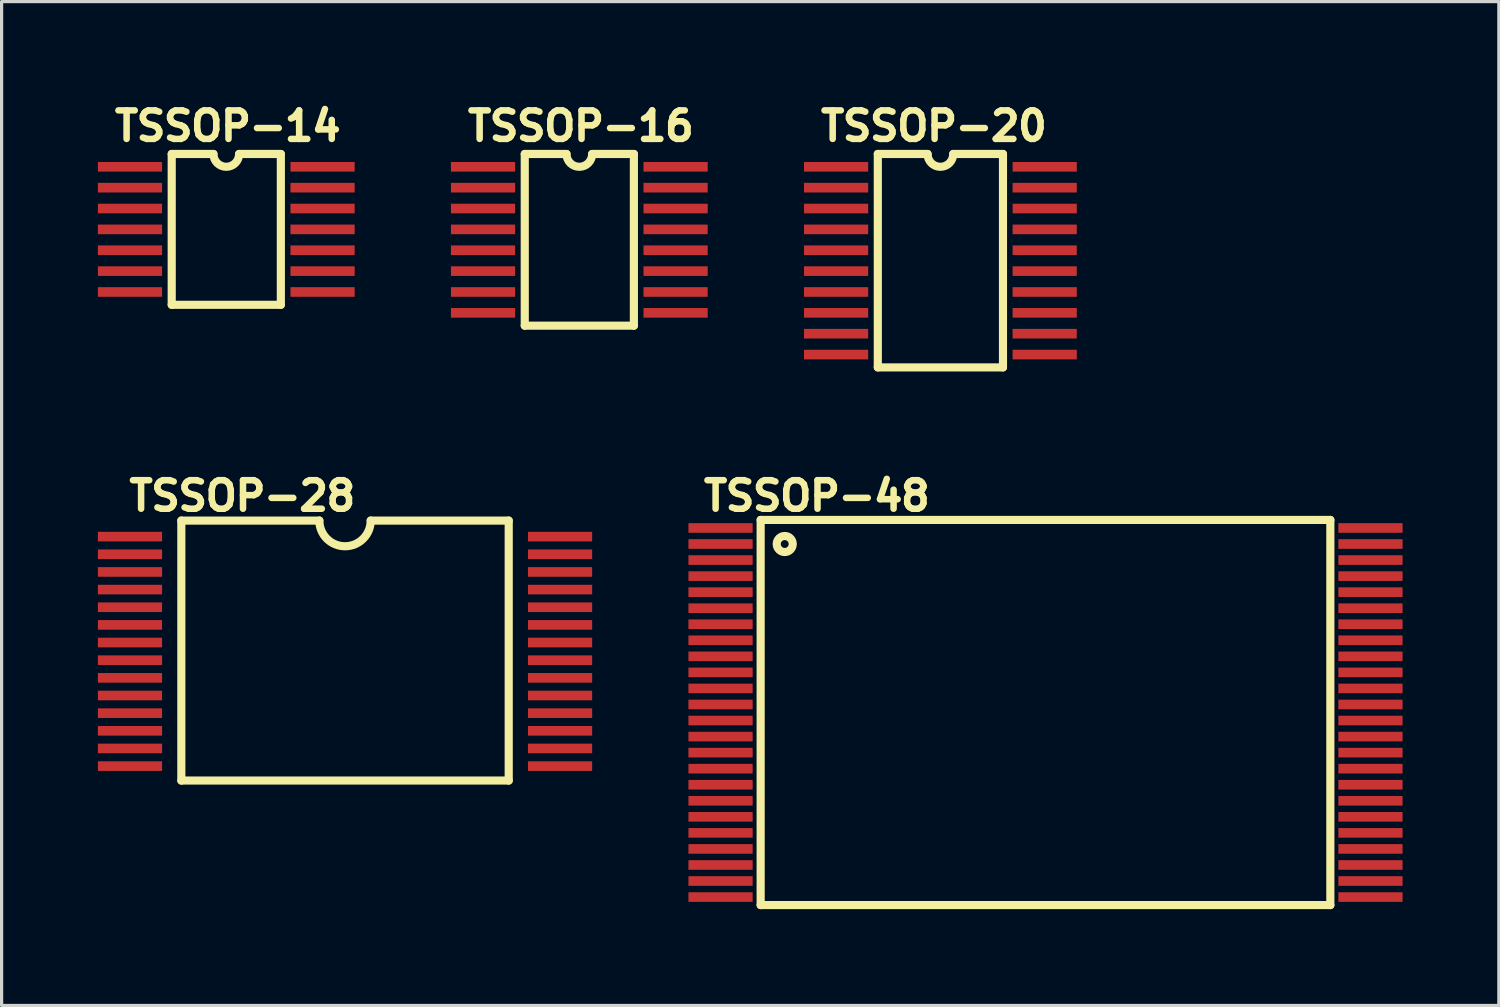
<source format=kicad_pcb>
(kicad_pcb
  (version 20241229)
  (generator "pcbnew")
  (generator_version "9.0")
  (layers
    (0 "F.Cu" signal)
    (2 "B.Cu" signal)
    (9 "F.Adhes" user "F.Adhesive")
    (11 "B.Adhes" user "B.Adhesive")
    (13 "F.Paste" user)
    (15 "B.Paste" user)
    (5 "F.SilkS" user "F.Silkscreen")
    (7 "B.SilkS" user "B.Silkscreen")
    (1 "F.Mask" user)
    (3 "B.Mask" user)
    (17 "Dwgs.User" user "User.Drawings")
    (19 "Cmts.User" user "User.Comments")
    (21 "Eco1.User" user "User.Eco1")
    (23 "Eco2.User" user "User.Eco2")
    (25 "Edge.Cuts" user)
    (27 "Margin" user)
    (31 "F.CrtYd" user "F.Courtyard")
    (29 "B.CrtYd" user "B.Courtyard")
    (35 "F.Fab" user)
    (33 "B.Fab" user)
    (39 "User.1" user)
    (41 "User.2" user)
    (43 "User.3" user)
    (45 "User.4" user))
  (footprint "TSSOP-28"
    (layer "F.Cu")
    (at 1 13.67)
    (property "Reference" "TSSOP-28" (at 3.5 -1.27 0) (layer "F.SilkS") (effects (font (size 0.889 0.889) (thickness 0.203))))
    (attr through_hole)
    (fp_line (start 1.6 -0.5) (end 1.6 7.6) (stroke (width 0.254) (type solid)) (layer "F.SilkS"))
    (fp_line (start 1.6 -0.5) (end 5.9 -0.5) (stroke (width 0.254) (type solid)) (layer "F.SilkS"))
    (fp_line (start 1.6 7.6) (end 11.8 7.6) (stroke (width 0.254) (type solid)) (layer "F.SilkS"))
    (fp_line (start 11.8 -0.5) (end 7.5 -0.5) (stroke (width 0.254) (type solid)) (layer "F.SilkS"))
    (fp_line (start 11.8 7.6) (end 11.8 -0.5) (stroke (width 0.254) (type solid)) (layer "F.SilkS"))
    (fp_arc (start 7.5 -0.5) (mid 6.7 0.3) (end 5.9 -0.5) (stroke (width 0.254) (type solid)) (layer "F.SilkS"))
    (pad "1" smd rect (at 0 0) (size 2 0.3) (layers "F.Cu" "F.Mask" "F.Paste"))
    (pad "2" smd rect (at 0 0.55) (size 2 0.3) (layers "F.Cu" "F.Mask" "F.Paste"))
    (pad "3" smd rect (at 0 1.1) (size 2 0.3) (layers "F.Cu" "F.Mask" "F.Paste"))
    (pad "4" smd rect (at 0 1.65) (size 2 0.3) (layers "F.Cu" "F.Mask" "F.Paste"))
    (pad "5" smd rect (at 0 2.2) (size 2 0.3) (layers "F.Cu" "F.Mask" "F.Paste"))
    (pad "6" smd rect (at 0 2.75) (size 2 0.3) (layers "F.Cu" "F.Mask" "F.Paste"))
    (pad "7" smd rect (at 0 3.3) (size 2 0.3) (layers "F.Cu" "F.Mask" "F.Paste"))
    (pad "8" smd rect (at 0 3.85) (size 2 0.3) (layers "F.Cu" "F.Mask" "F.Paste"))
    (pad "9" smd rect (at 0 4.4) (size 2 0.3) (layers "F.Cu" "F.Mask" "F.Paste"))
    (pad "10" smd rect (at 0 4.95) (size 2 0.3) (layers "F.Cu" "F.Mask" "F.Paste"))
    (pad "11" smd rect (at 0 5.5) (size 2 0.3) (layers "F.Cu" "F.Mask" "F.Paste"))
    (pad "12" smd rect (at 0 6.05) (size 2 0.3) (layers "F.Cu" "F.Mask" "F.Paste"))
    (pad "13" smd rect (at 0 6.6) (size 2 0.3) (layers "F.Cu" "F.Mask" "F.Paste"))
    (pad "14" smd rect (at 0 7.15) (size 2 0.3) (layers "F.Cu" "F.Mask" "F.Paste"))
    (pad "15" smd rect (at 13.4 7.15) (size 2 0.3) (layers "F.Cu" "F.Mask" "F.Paste"))
    (pad "16" smd rect (at 13.4 6.6) (size 2 0.3) (layers "F.Cu" "F.Mask" "F.Paste"))
    (pad "17" smd rect (at 13.4 6.05) (size 2 0.3) (layers "F.Cu" "F.Mask" "F.Paste"))
    (pad "18" smd rect (at 13.4 5.5) (size 2 0.3) (layers "F.Cu" "F.Mask" "F.Paste"))
    (pad "19" smd rect (at 13.4 4.95) (size 2 0.3) (layers "F.Cu" "F.Mask" "F.Paste"))
    (pad "20" smd rect (at 13.4 4.4) (size 2 0.3) (layers "F.Cu" "F.Mask" "F.Paste"))
    (pad "21" smd rect (at 13.4 3.85) (size 2 0.3) (layers "F.Cu" "F.Mask" "F.Paste"))
    (pad "22" smd rect (at 13.4 3.3) (size 2 0.3) (layers "F.Cu" "F.Mask" "F.Paste"))
    (pad "23" smd rect (at 13.4 2.75) (size 2 0.3) (layers "F.Cu" "F.Mask" "F.Paste"))
    (pad "24" smd rect (at 13.4 2.2) (size 2 0.3) (layers "F.Cu" "F.Mask" "F.Paste"))
    (pad "25" smd rect (at 13.4 1.65) (size 2 0.3) (layers "F.Cu" "F.Mask" "F.Paste"))
    (pad "26" smd rect (at 13.4 1.1) (size 2 0.3) (layers "F.Cu" "F.Mask" "F.Paste"))
    (pad "27" smd rect (at 13.4 0.55) (size 2 0.3) (layers "F.Cu" "F.Mask" "F.Paste"))
    (pad "28" smd rect (at 13.4 0) (size 2 0.3) (layers "F.Cu" "F.Mask" "F.Paste")))
  (footprint "TSSOP-48"
    (layer "F.Cu")
    (at 19.4 13.4)
    (property "Reference" "TSSOP-48" (at 3 -1 0) (layer "F.SilkS") (effects (font (size 0.889 0.889) (thickness 0.203))))
    (attr through_hole)
    (fp_line (start 1.25 -0.25) (end 1.25 11.75) (stroke (width 0.254) (type solid)) (layer "F.SilkS"))
    (fp_line (start 1.25 11.75) (end 19 11.75) (stroke (width 0.254) (type solid)) (layer "F.SilkS"))
    (fp_line (start 19 -0.25) (end 1.25 -0.25) (stroke (width 0.254) (type solid)) (layer "F.SilkS"))
    (fp_line (start 19 11.75) (end 19 -0.25) (stroke (width 0.254) (type solid)) (layer "F.SilkS"))
    (fp_circle (center 2 0.5) (end 2 0.75) (stroke (width 0.254) (type solid)) (fill no) (layer "F.SilkS"))
    (pad "1" smd rect (at 0 0) (size 2 0.3) (layers "F.Cu" "F.Mask" "F.Paste"))
    (pad "2" smd rect (at 0 0.5) (size 2 0.3) (layers "F.Cu" "F.Mask" "F.Paste"))
    (pad "3" smd rect (at 0 1) (size 2 0.3) (layers "F.Cu" "F.Mask" "F.Paste"))
    (pad "4" smd rect (at 0 1.5) (size 2 0.3) (layers "F.Cu" "F.Mask" "F.Paste"))
    (pad "5" smd rect (at 0 2) (size 2 0.3) (layers "F.Cu" "F.Mask" "F.Paste"))
    (pad "6" smd rect (at 0 2.5) (size 2 0.3) (layers "F.Cu" "F.Mask" "F.Paste"))
    (pad "7" smd rect (at 0 3) (size 2 0.3) (layers "F.Cu" "F.Mask" "F.Paste"))
    (pad "8" smd rect (at 0 3.5) (size 2 0.3) (layers "F.Cu" "F.Mask" "F.Paste"))
    (pad "9" smd rect (at 0 4) (size 2 0.3) (layers "F.Cu" "F.Mask" "F.Paste"))
    (pad "10" smd rect (at 0 4.5) (size 2 0.3) (layers "F.Cu" "F.Mask" "F.Paste"))
    (pad "11" smd rect (at 0 5) (size 2 0.3) (layers "F.Cu" "F.Mask" "F.Paste"))
    (pad "12" smd rect (at 0 5.5) (size 2 0.3) (layers "F.Cu" "F.Mask" "F.Paste"))
    (pad "13" smd rect (at 0 6) (size 2 0.3) (layers "F.Cu" "F.Mask" "F.Paste"))
    (pad "14" smd rect (at 0 6.5) (size 2 0.3) (layers "F.Cu" "F.Mask" "F.Paste"))
    (pad "15" smd rect (at 0 7) (size 2 0.3) (layers "F.Cu" "F.Mask" "F.Paste"))
    (pad "16" smd rect (at 0 7.5) (size 2 0.3) (layers "F.Cu" "F.Mask" "F.Paste"))
    (pad "17" smd rect (at 0 8) (size 2 0.3) (layers "F.Cu" "F.Mask" "F.Paste"))
    (pad "18" smd rect (at 0 8.5) (size 2 0.3) (layers "F.Cu" "F.Mask" "F.Paste"))
    (pad "19" smd rect (at 0 9) (size 2 0.3) (layers "F.Cu" "F.Mask" "F.Paste"))
    (pad "20" smd rect (at 0 9.5) (size 2 0.3) (layers "F.Cu" "F.Mask" "F.Paste"))
    (pad "21" smd rect (at 0 10) (size 2 0.3) (layers "F.Cu" "F.Mask" "F.Paste"))
    (pad "22" smd rect (at 0 10.5) (size 2 0.3) (layers "F.Cu" "F.Mask" "F.Paste"))
    (pad "23" smd rect (at 0 11) (size 2 0.3) (layers "F.Cu" "F.Mask" "F.Paste"))
    (pad "24" smd rect (at 0 11.5) (size 2 0.3) (layers "F.Cu" "F.Mask" "F.Paste"))
    (pad "25" smd rect (at 20.25 11.5) (size 2 0.3) (layers "F.Cu" "F.Mask" "F.Paste"))
    (pad "26" smd rect (at 20.25 11) (size 2 0.3) (layers "F.Cu" "F.Mask" "F.Paste"))
    (pad "27" smd rect (at 20.25 10.5) (size 2 0.3) (layers "F.Cu" "F.Mask" "F.Paste"))
    (pad "28" smd rect (at 20.25 10) (size 2 0.3) (layers "F.Cu" "F.Mask" "F.Paste"))
    (pad "29" smd rect (at 20.25 9.5) (size 2 0.3) (layers "F.Cu" "F.Mask" "F.Paste"))
    (pad "30" smd rect (at 20.25 9) (size 2 0.3) (layers "F.Cu" "F.Mask" "F.Paste"))
    (pad "31" smd rect (at 20.25 8.5) (size 2 0.3) (layers "F.Cu" "F.Mask" "F.Paste"))
    (pad "32" smd rect (at 20.25 8) (size 2 0.3) (layers "F.Cu" "F.Mask" "F.Paste"))
    (pad "33" smd rect (at 20.25 7.5) (size 2 0.3) (layers "F.Cu" "F.Mask" "F.Paste"))
    (pad "34" smd rect (at 20.25 7) (size 2 0.3) (layers "F.Cu" "F.Mask" "F.Paste"))
    (pad "35" smd rect (at 20.25 6.5) (size 2 0.3) (layers "F.Cu" "F.Mask" "F.Paste"))
    (pad "36" smd rect (at 20.25 6) (size 2 0.3) (layers "F.Cu" "F.Mask" "F.Paste"))
    (pad "37" smd rect (at 20.25 5.5) (size 2 0.3) (layers "F.Cu" "F.Mask" "F.Paste"))
    (pad "38" smd rect (at 20.25 5) (size 2 0.3) (layers "F.Cu" "F.Mask" "F.Paste"))
    (pad "39" smd rect (at 20.25 4.5) (size 2 0.3) (layers "F.Cu" "F.Mask" "F.Paste"))
    (pad "40" smd rect (at 20.25 4) (size 2 0.3) (layers "F.Cu" "F.Mask" "F.Paste"))
    (pad "41" smd rect (at 20.25 3.5) (size 2 0.3) (layers "F.Cu" "F.Mask" "F.Paste"))
    (pad "42" smd rect (at 20.25 3) (size 2 0.3) (layers "F.Cu" "F.Mask" "F.Paste"))
    (pad "43" smd rect (at 20.25 2.5) (size 2 0.3) (layers "F.Cu" "F.Mask" "F.Paste"))
    (pad "44" smd rect (at 20.25 2) (size 2 0.3) (layers "F.Cu" "F.Mask" "F.Paste"))
    (pad "45" smd rect (at 20.25 1.5) (size 2 0.3) (layers "F.Cu" "F.Mask" "F.Paste"))
    (pad "46" smd rect (at 20.25 1) (size 2 0.3) (layers "F.Cu" "F.Mask" "F.Paste"))
    (pad "47" smd rect (at 20.25 0.5) (size 2 0.3) (layers "F.Cu" "F.Mask" "F.Paste"))
    (pad "48" smd rect (at 20.25 0) (size 2 0.3) (layers "F.Cu" "F.Mask" "F.Paste")))
  (footprint "TSSOP-20"
    (layer "F.Cu")
    (at 23 2.147)
    (property "Reference" "TSSOP-20" (at 3.048 -1.27 0) (layer "F.SilkS") (effects (font (size 0.889 0.889) (thickness 0.203))))
    (attr through_hole)
    (fp_line (start 1.3 -0.4) (end 1.3 6.25) (stroke (width 0.254) (type solid)) (layer "F.SilkS"))
    (fp_line (start 1.3 6.25) (end 5.2 6.25) (stroke (width 0.254) (type solid)) (layer "F.SilkS"))
    (fp_line (start 2.85 -0.4) (end 1.3 -0.4) (stroke (width 0.254) (type solid)) (layer "F.SilkS"))
    (fp_line (start 5.2 -0.4) (end 3.65 -0.4) (stroke (width 0.254) (type solid)) (layer "F.SilkS"))
    (fp_line (start 5.2 6.25) (end 5.2 -0.4) (stroke (width 0.254) (type solid)) (layer "F.SilkS"))
    (fp_arc (start 3.65 -0.4) (mid 3.25 0) (end 2.85 -0.4) (stroke (width 0.254) (type solid)) (layer "F.SilkS"))
    (pad "1" smd rect (at 0 0) (size 2 0.3) (layers "F.Cu" "F.Mask" "F.Paste"))
    (pad "2" smd rect (at 0 0.65) (size 2 0.3) (layers "F.Cu" "F.Mask" "F.Paste"))
    (pad "3" smd rect (at 0 1.3) (size 2 0.3) (layers "F.Cu" "F.Mask" "F.Paste"))
    (pad "4" smd rect (at 0 1.95) (size 2 0.3) (layers "F.Cu" "F.Mask" "F.Paste"))
    (pad "5" smd rect (at 0 2.6) (size 2 0.3) (layers "F.Cu" "F.Mask" "F.Paste"))
    (pad "6" smd rect (at 0 3.25) (size 2 0.3) (layers "F.Cu" "F.Mask" "F.Paste"))
    (pad "7" smd rect (at 0 3.9) (size 2 0.3) (layers "F.Cu" "F.Mask" "F.Paste"))
    (pad "8" smd rect (at 0 4.55) (size 2 0.3) (layers "F.Cu" "F.Mask" "F.Paste"))
    (pad "9" smd rect (at 0 5.2) (size 2 0.3) (layers "F.Cu" "F.Mask" "F.Paste"))
    (pad "10" smd rect (at 0 5.85) (size 2 0.3) (layers "F.Cu" "F.Mask" "F.Paste"))
    (pad "11" smd rect (at 6.5 5.85) (size 2 0.3) (layers "F.Cu" "F.Mask" "F.Paste"))
    (pad "12" smd rect (at 6.5 5.2) (size 2 0.3) (layers "F.Cu" "F.Mask" "F.Paste"))
    (pad "13" smd rect (at 6.5 4.55) (size 2 0.3) (layers "F.Cu" "F.Mask" "F.Paste"))
    (pad "14" smd rect (at 6.5 3.9) (size 2 0.3) (layers "F.Cu" "F.Mask" "F.Paste"))
    (pad "15" smd rect (at 6.5 3.25) (size 2 0.3) (layers "F.Cu" "F.Mask" "F.Paste"))
    (pad "16" smd rect (at 6.5 2.6) (size 2 0.3) (layers "F.Cu" "F.Mask" "F.Paste"))
    (pad "17" smd rect (at 6.5 1.95) (size 2 0.3) (layers "F.Cu" "F.Mask" "F.Paste"))
    (pad "18" smd rect (at 6.5 1.3) (size 2 0.3) (layers "F.Cu" "F.Mask" "F.Paste"))
    (pad "19" smd rect (at 6.5 0.65) (size 2 0.3) (layers "F.Cu" "F.Mask" "F.Paste"))
    (pad "20" smd rect (at 6.5 0) (size 2 0.3) (layers "F.Cu" "F.Mask" "F.Paste")))
  (footprint "TSSOP-14"
    (layer "F.Cu")
    (at 1 2.147)
    (property "Reference" "TSSOP-14" (at 3.048 -1.27 0) (layer "F.SilkS") (effects (font (size 0.889 0.889) (thickness 0.203))))
    (attr through_hole)
    (fp_line (start 1.3 -0.4) (end 1.3 4.3) (stroke (width 0.254) (type solid)) (layer "F.SilkS"))
    (fp_line (start 1.3 4.3) (end 4.7 4.3) (stroke (width 0.254) (type solid)) (layer "F.SilkS"))
    (fp_line (start 2.6 -0.4) (end 1.3 -0.4) (stroke (width 0.254) (type solid)) (layer "F.SilkS"))
    (fp_line (start 4.7 -0.4) (end 3.4 -0.4) (stroke (width 0.254) (type solid)) (layer "F.SilkS"))
    (fp_line (start 4.7 4.3) (end 4.7 -0.4) (stroke (width 0.254) (type solid)) (layer "F.SilkS"))
    (fp_arc (start 3.4 -0.4) (mid 3 0) (end 2.6 -0.4) (stroke (width 0.254) (type solid)) (layer "F.SilkS"))
    (pad "1" smd rect (at 0 0) (size 2 0.3) (layers "F.Cu" "F.Mask" "F.Paste"))
    (pad "2" smd rect (at 0 0.65) (size 2 0.3) (layers "F.Cu" "F.Mask" "F.Paste"))
    (pad "3" smd rect (at 0 1.3) (size 2 0.3) (layers "F.Cu" "F.Mask" "F.Paste"))
    (pad "4" smd rect (at 0 1.95) (size 2 0.3) (layers "F.Cu" "F.Mask" "F.Paste"))
    (pad "5" smd rect (at 0 2.6) (size 2 0.3) (layers "F.Cu" "F.Mask" "F.Paste"))
    (pad "6" smd rect (at 0 3.25) (size 2 0.3) (layers "F.Cu" "F.Mask" "F.Paste"))
    (pad "7" smd rect (at 0 3.9) (size 2 0.3) (layers "F.Cu" "F.Mask" "F.Paste"))
    (pad "8" smd rect (at 6 3.9) (size 2 0.3) (layers "F.Cu" "F.Mask" "F.Paste"))
    (pad "9" smd rect (at 6 3.25) (size 2 0.3) (layers "F.Cu" "F.Mask" "F.Paste"))
    (pad "10" smd rect (at 6 2.6) (size 2 0.3) (layers "F.Cu" "F.Mask" "F.Paste"))
    (pad "11" smd rect (at 6 1.95) (size 2 0.3) (layers "F.Cu" "F.Mask" "F.Paste"))
    (pad "12" smd rect (at 6 1.3) (size 2 0.3) (layers "F.Cu" "F.Mask" "F.Paste"))
    (pad "13" smd rect (at 6 0.65) (size 2 0.3) (layers "F.Cu" "F.Mask" "F.Paste"))
    (pad "14" smd rect (at 6 0) (size 2 0.3) (layers "F.Cu" "F.Mask" "F.Paste")))
  (footprint "TSSOP-16"
    (layer "F.Cu")
    (at 12 2.147)
    (property "Reference" "TSSOP-16" (at 3.048 -1.27 0) (layer "F.SilkS") (effects (font (size 0.889 0.889) (thickness 0.203))))
    (attr through_hole)
    (fp_line (start 1.3 -0.4) (end 1.3 4.95) (stroke (width 0.254) (type solid)) (layer "F.SilkS"))
    (fp_line (start 1.3 4.95) (end 4.7 4.95) (stroke (width 0.254) (type solid)) (layer "F.SilkS"))
    (fp_line (start 2.6 -0.4) (end 1.3 -0.4) (stroke (width 0.254) (type solid)) (layer "F.SilkS"))
    (fp_line (start 4.7 -0.4) (end 3.4 -0.4) (stroke (width 0.254) (type solid)) (layer "F.SilkS"))
    (fp_line (start 4.7 4.95) (end 4.7 -0.4) (stroke (width 0.254) (type solid)) (layer "F.SilkS"))
    (fp_arc (start 3.4 -0.4) (mid 3 0) (end 2.6 -0.4) (stroke (width 0.254) (type solid)) (layer "F.SilkS"))
    (pad "1" smd rect (at 0 0) (size 2 0.3) (layers "F.Cu" "F.Mask" "F.Paste"))
    (pad "2" smd rect (at 0 0.65) (size 2 0.3) (layers "F.Cu" "F.Mask" "F.Paste"))
    (pad "3" smd rect (at 0 1.3) (size 2 0.3) (layers "F.Cu" "F.Mask" "F.Paste"))
    (pad "4" smd rect (at 0 1.95) (size 2 0.3) (layers "F.Cu" "F.Mask" "F.Paste"))
    (pad "5" smd rect (at 0 2.6) (size 2 0.3) (layers "F.Cu" "F.Mask" "F.Paste"))
    (pad "6" smd rect (at 0 3.25) (size 2 0.3) (layers "F.Cu" "F.Mask" "F.Paste"))
    (pad "7" smd rect (at 0 3.9) (size 2 0.3) (layers "F.Cu" "F.Mask" "F.Paste"))
    (pad "8" smd rect (at 0 4.55) (size 2 0.3) (layers "F.Cu" "F.Mask" "F.Paste"))
    (pad "9" smd rect (at 6 4.55) (size 2 0.3) (layers "F.Cu" "F.Mask" "F.Paste"))
    (pad "10" smd rect (at 6 3.9) (size 2 0.3) (layers "F.Cu" "F.Mask" "F.Paste"))
    (pad "11" smd rect (at 6 3.25) (size 2 0.3) (layers "F.Cu" "F.Mask" "F.Paste"))
    (pad "12" smd rect (at 6 2.6) (size 2 0.3) (layers "F.Cu" "F.Mask" "F.Paste"))
    (pad "13" smd rect (at 6 1.95) (size 2 0.3) (layers "F.Cu" "F.Mask" "F.Paste"))
    (pad "14" smd rect (at 6 1.3) (size 2 0.3) (layers "F.Cu" "F.Mask" "F.Paste"))
    (pad "15" smd rect (at 6 0.65) (size 2 0.3) (layers "F.Cu" "F.Mask" "F.Paste"))
    (pad "16" smd rect (at 6 0) (size 2 0.3) (layers "F.Cu" "F.Mask" "F.Paste")))
  (gr_rect
    (start -3 -3)
    (end 43.65 28.277)
    (stroke (width 0.1) (type default))
    (fill no)
    (layer "Edge.Cuts")))
</source>
